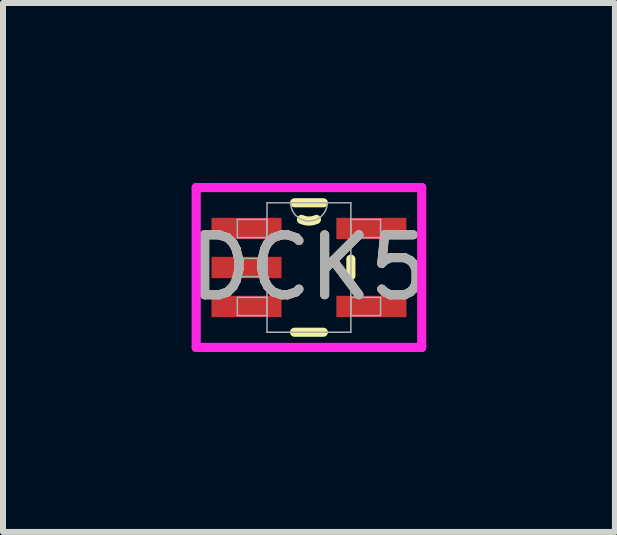
<source format=kicad_pcb>
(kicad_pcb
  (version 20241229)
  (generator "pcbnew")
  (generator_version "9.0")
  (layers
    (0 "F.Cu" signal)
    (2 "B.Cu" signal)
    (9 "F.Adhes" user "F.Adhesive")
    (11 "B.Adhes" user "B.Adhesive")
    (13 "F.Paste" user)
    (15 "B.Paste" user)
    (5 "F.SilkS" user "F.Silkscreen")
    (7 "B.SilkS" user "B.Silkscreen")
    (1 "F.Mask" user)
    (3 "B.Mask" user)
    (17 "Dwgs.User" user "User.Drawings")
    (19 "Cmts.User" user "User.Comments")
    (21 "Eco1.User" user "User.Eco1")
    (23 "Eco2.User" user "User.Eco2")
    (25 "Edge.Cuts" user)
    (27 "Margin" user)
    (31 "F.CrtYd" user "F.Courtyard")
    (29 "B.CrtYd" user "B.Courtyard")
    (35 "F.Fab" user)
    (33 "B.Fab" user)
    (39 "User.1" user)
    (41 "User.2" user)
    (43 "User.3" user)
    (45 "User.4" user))
  (footprint "DCK5"
    (layer "F.Cu")
    (at 2.101 1.41)
    (property "Reference" "DCK5" (at 0 0 0) (unlocked yes) (layer "F.SilkS") (effects (font (size 1 1) (thickness 0.15))))
    (attr smd)
    (fp_line (start -0.24 1.079) (end 0.24 1.079) (stroke (width 0.152) (type solid)) (layer "F.SilkS"))
    (fp_line (start 0.24 -1.079) (end -0.24 -1.079) (stroke (width 0.152) (type solid)) (layer "F.SilkS"))
    (fp_line (start 0.699 0.139) (end 0.699 -0.139) (stroke (width 0.152) (type solid)) (layer "F.SilkS"))
    (fp_arc (start 0.12446 -0.801269) (mid 0 -0.7747) (end -0.12446 -0.801269) (stroke (width 0.1524) (type solid)) (layer "F.SilkS"))
    (fp_line (start -1.88 -1.333) (end 1.88 -1.333) (stroke (width 0.152) (type solid)) (layer "F.CrtYd"))
    (fp_line (start -1.88 1.333) (end -1.88 -1.333) (stroke (width 0.152) (type solid)) (layer "F.CrtYd"))
    (fp_line (start 1.88 -1.333) (end 1.88 1.333) (stroke (width 0.152) (type solid)) (layer "F.CrtYd"))
    (fp_line (start 1.88 1.333) (end -1.88 1.333) (stroke (width 0.152) (type solid)) (layer "F.CrtYd"))
    (fp_line (start -1.194 -0.802) (end -1.194 -0.498) (stroke (width 0.025) (type solid)) (layer "F.Fab"))
    (fp_line (start -1.194 -0.498) (end -0.699 -0.498) (stroke (width 0.025) (type solid)) (layer "F.Fab"))
    (fp_line (start -1.194 -0.152) (end -1.194 0.152) (stroke (width 0.025) (type solid)) (layer "F.Fab"))
    (fp_line (start -1.194 0.152) (end -0.699 0.152) (stroke (width 0.025) (type solid)) (layer "F.Fab"))
    (fp_line (start -1.194 0.498) (end -1.194 0.802) (stroke (width 0.025) (type solid)) (layer "F.Fab"))
    (fp_line (start -1.194 0.802) (end -0.699 0.802) (stroke (width 0.025) (type solid)) (layer "F.Fab"))
    (fp_line (start -0.699 -1.079) (end -0.699 1.079) (stroke (width 0.025) (type solid)) (layer "F.Fab"))
    (fp_line (start -0.699 -0.802) (end -1.194 -0.802) (stroke (width 0.025) (type solid)) (layer "F.Fab"))
    (fp_line (start -0.699 -0.498) (end -0.699 -0.802) (stroke (width 0.025) (type solid)) (layer "F.Fab"))
    (fp_line (start -0.699 -0.152) (end -1.194 -0.152) (stroke (width 0.025) (type solid)) (layer "F.Fab"))
    (fp_line (start -0.699 0.152) (end -0.699 -0.152) (stroke (width 0.025) (type solid)) (layer "F.Fab"))
    (fp_line (start -0.699 0.498) (end -1.194 0.498) (stroke (width 0.025) (type solid)) (layer "F.Fab"))
    (fp_line (start -0.699 0.802) (end -0.699 0.498) (stroke (width 0.025) (type solid)) (layer "F.Fab"))
    (fp_line (start -0.699 1.079) (end 0.699 1.079) (stroke (width 0.025) (type solid)) (layer "F.Fab"))
    (fp_line (start 0.699 -1.079) (end -0.699 -1.079) (stroke (width 0.025) (type solid)) (layer "F.Fab"))
    (fp_line (start 0.699 -0.802) (end 0.699 -0.498) (stroke (width 0.025) (type solid)) (layer "F.Fab"))
    (fp_line (start 0.699 -0.498) (end 1.194 -0.498) (stroke (width 0.025) (type solid)) (layer "F.Fab"))
    (fp_line (start 0.699 0.498) (end 0.699 0.802) (stroke (width 0.025) (type solid)) (layer "F.Fab"))
    (fp_line (start 0.699 0.802) (end 1.194 0.802) (stroke (width 0.025) (type solid)) (layer "F.Fab"))
    (fp_line (start 0.699 1.079) (end 0.699 -1.079) (stroke (width 0.025) (type solid)) (layer "F.Fab"))
    (fp_line (start 1.194 -0.802) (end 0.699 -0.802) (stroke (width 0.025) (type solid)) (layer "F.Fab"))
    (fp_line (start 1.194 -0.498) (end 1.194 -0.802) (stroke (width 0.025) (type solid)) (layer "F.Fab"))
    (fp_line (start 1.194 0.498) (end 0.699 0.498) (stroke (width 0.025) (type solid)) (layer "F.Fab"))
    (fp_line (start 1.194 0.802) (end 1.194 0.498) (stroke (width 0.025) (type solid)) (layer "F.Fab"))
    (fp_arc (start 0.3048 -1.0795) (mid 0 -0.7747) (end -0.3048 -1.0795) (stroke (width 0.0254) (type solid)) (layer "F.Fab"))
    (fp_text user "${REFERENCE}" (at 0 0 0) (unlocked yes) (layer "F.Fab") (effects (font (size 1 1) (thickness 0.15))))
    (pad "1" smd rect (at -1.041 -0.65) (size 1.168 0.356) (layers "F.Cu" "F.Mask" "F.Paste"))
    (pad "2" smd rect (at -1.041 0) (size 1.168 0.356) (layers "F.Cu" "F.Mask" "F.Paste"))
    (pad "3" smd rect (at -1.041 0.65) (size 1.168 0.356) (layers "F.Cu" "F.Mask" "F.Paste"))
    (pad "4" smd rect (at 1.041 0.65) (size 1.168 0.356) (layers "F.Cu" "F.Mask" "F.Paste"))
    (pad "5" smd rect (at 1.041 -0.65) (size 1.168 0.356) (layers "F.Cu" "F.Mask" "F.Paste")))
  (gr_rect
    (start -3 -3)
    (end 7.202 5.819)
    (stroke (width 0.1) (type default))
    (fill no)
    (layer "Edge.Cuts")))
</source>
